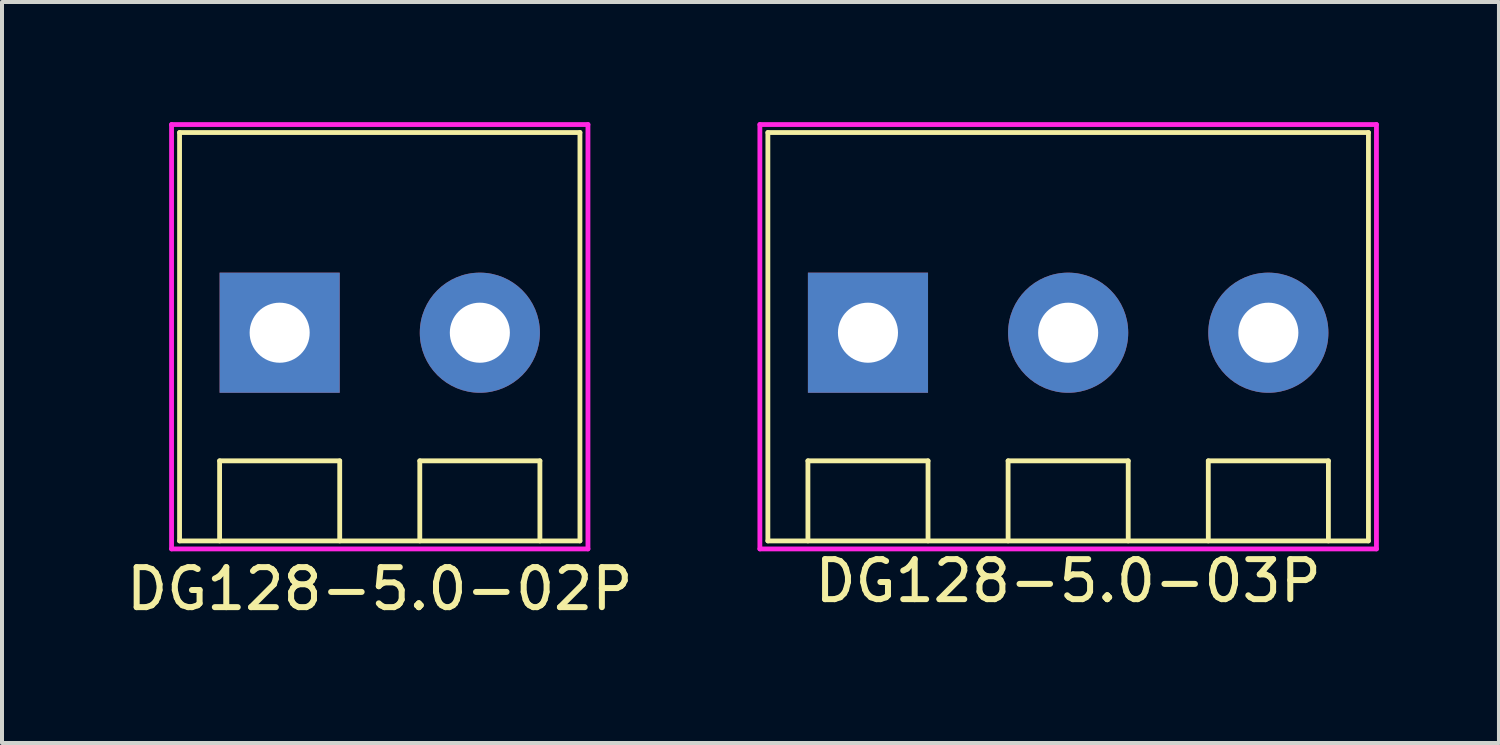
<source format=kicad_pcb>
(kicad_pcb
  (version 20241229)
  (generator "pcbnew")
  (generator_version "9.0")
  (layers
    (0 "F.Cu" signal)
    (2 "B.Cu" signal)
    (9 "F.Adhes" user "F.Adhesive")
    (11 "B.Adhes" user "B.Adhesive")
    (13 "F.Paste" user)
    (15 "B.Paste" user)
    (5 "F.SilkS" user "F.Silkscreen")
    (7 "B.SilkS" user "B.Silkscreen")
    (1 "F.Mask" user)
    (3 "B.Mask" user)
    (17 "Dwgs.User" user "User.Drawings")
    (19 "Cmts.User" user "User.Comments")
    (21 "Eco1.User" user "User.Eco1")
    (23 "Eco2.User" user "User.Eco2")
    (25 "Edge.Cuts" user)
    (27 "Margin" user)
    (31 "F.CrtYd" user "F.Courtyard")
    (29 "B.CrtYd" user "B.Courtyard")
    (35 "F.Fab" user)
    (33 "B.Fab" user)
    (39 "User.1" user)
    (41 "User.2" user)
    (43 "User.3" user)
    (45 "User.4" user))
  (footprint "DG128-5.0-02P"
    (layer "F.Cu")
    (at 6.435 5.36)
    (property "Reference" "DG128-5.0-02P" (at 0 6.3 0) (layer "F.SilkS") (effects (font (size 1 1) (thickness 0.15))))
    (attr through_hole)
    (fp_line (start -5 -5.1) (end -5 5.1) (stroke (width 0.12) (type solid)) (layer "F.SilkS"))
    (fp_line (start -5 -5.1) (end 5 -5.1) (stroke (width 0.12) (type solid)) (layer "F.SilkS"))
    (fp_line (start -5 5.1) (end 5 5.1) (stroke (width 0.12) (type solid)) (layer "F.SilkS"))
    (fp_line (start -4 3.1) (end -1 3.1) (stroke (width 0.12) (type solid)) (layer "F.SilkS"))
    (fp_line (start -4 5.1) (end -4 3.1) (stroke (width 0.12) (type solid)) (layer "F.SilkS"))
    (fp_line (start -1 5.1) (end -1 3.1) (stroke (width 0.12) (type solid)) (layer "F.SilkS"))
    (fp_line (start 1 3.1) (end 4 3.1) (stroke (width 0.12) (type solid)) (layer "F.SilkS"))
    (fp_line (start 1 5.1) (end 1 3.1) (stroke (width 0.12) (type solid)) (layer "F.SilkS"))
    (fp_line (start 4 5.1) (end 4 3.1) (stroke (width 0.12) (type solid)) (layer "F.SilkS"))
    (fp_line (start 5 -5.1) (end 5 5.1) (stroke (width 0.12) (type solid)) (layer "F.SilkS"))
    (fp_line (start -5.2 -5.3) (end 5.2 -5.3) (stroke (width 0.12) (type solid)) (layer "F.CrtYd"))
    (fp_line (start -5.2 5.3) (end -5.2 -5.3) (stroke (width 0.12) (type solid)) (layer "F.CrtYd"))
    (fp_line (start 5.2 -5.3) (end 5.2 5.3) (stroke (width 0.12) (type solid)) (layer "F.CrtYd"))
    (fp_line (start 5.2 5.3) (end -5.2 5.3) (stroke (width 0.12) (type solid)) (layer "F.CrtYd"))
    (pad "1" thru_hole rect (at -2.5 -0.1) (size 3 3) (drill 1.5) (layers "*.Cu" "*.Mask"))
    (pad "2" thru_hole circle (at 2.5 -0.1) (size 3 3) (drill 1.5) (layers "*.Cu" "*.Mask")))
  (footprint "DG128-5.0-03P"
    (layer "F.Cu")
    (at 23.629 5.36)
    (property "Reference" "DG128-5.0-03P" (at 0 6.1 0) (layer "F.SilkS") (effects (font (size 1 1) (thickness 0.15))))
    (attr through_hole)
    (fp_line (start -7.5 -5.1) (end -7.5 5.1) (stroke (width 0.12) (type solid)) (layer "F.SilkS"))
    (fp_line (start -7.5 -5.1) (end 7.5 -5.1) (stroke (width 0.12) (type solid)) (layer "F.SilkS"))
    (fp_line (start -6.5 3.1) (end -3.5 3.1) (stroke (width 0.12) (type solid)) (layer "F.SilkS"))
    (fp_line (start -6.5 5.1) (end -6.5 3.1) (stroke (width 0.12) (type solid)) (layer "F.SilkS"))
    (fp_line (start -3.5 5.1) (end -3.5 3.1) (stroke (width 0.12) (type solid)) (layer "F.SilkS"))
    (fp_line (start -1.5 3.1) (end 1.5 3.1) (stroke (width 0.12) (type solid)) (layer "F.SilkS"))
    (fp_line (start -1.5 5.1) (end -1.5 3.1) (stroke (width 0.12) (type solid)) (layer "F.SilkS"))
    (fp_line (start 1.5 5.1) (end 1.5 3.1) (stroke (width 0.12) (type solid)) (layer "F.SilkS"))
    (fp_line (start 3.5 3.1) (end 6.5 3.1) (stroke (width 0.12) (type solid)) (layer "F.SilkS"))
    (fp_line (start 3.5 5.1) (end 3.5 3.1) (stroke (width 0.12) (type solid)) (layer "F.SilkS"))
    (fp_line (start 6.5 5.1) (end 6.5 3.1) (stroke (width 0.12) (type solid)) (layer "F.SilkS"))
    (fp_line (start 7.5 -5.1) (end 7.5 5.1) (stroke (width 0.12) (type solid)) (layer "F.SilkS"))
    (fp_line (start 7.5 5.1) (end -7.5 5.1) (stroke (width 0.12) (type solid)) (layer "F.SilkS"))
    (fp_line (start -7.7 -5.3) (end 7.7 -5.3) (stroke (width 0.12) (type solid)) (layer "F.CrtYd"))
    (fp_line (start -7.7 5.3) (end -7.7 -5.3) (stroke (width 0.12) (type solid)) (layer "F.CrtYd"))
    (fp_line (start 7.7 -5.3) (end 7.7 5.3) (stroke (width 0.12) (type solid)) (layer "F.CrtYd"))
    (fp_line (start 7.7 5.3) (end -7.7 5.3) (stroke (width 0.12) (type solid)) (layer "F.CrtYd"))
    (pad "1" thru_hole rect (at -5 -0.1) (size 3 3) (drill 1.5) (layers "*.Cu" "*.Mask"))
    (pad "2" thru_hole circle (at 0 -0.1) (size 3 3) (drill 1.5) (layers "*.Cu" "*.Mask"))
    (pad "3" thru_hole circle (at 5 -0.1) (size 3 3) (drill 1.5) (layers "*.Cu" "*.Mask")))
  (gr_rect
    (start -3 -3)
    (end 34.389 15.508)
    (stroke (width 0.1) (type default))
    (fill no)
    (layer "Edge.Cuts")))
</source>
